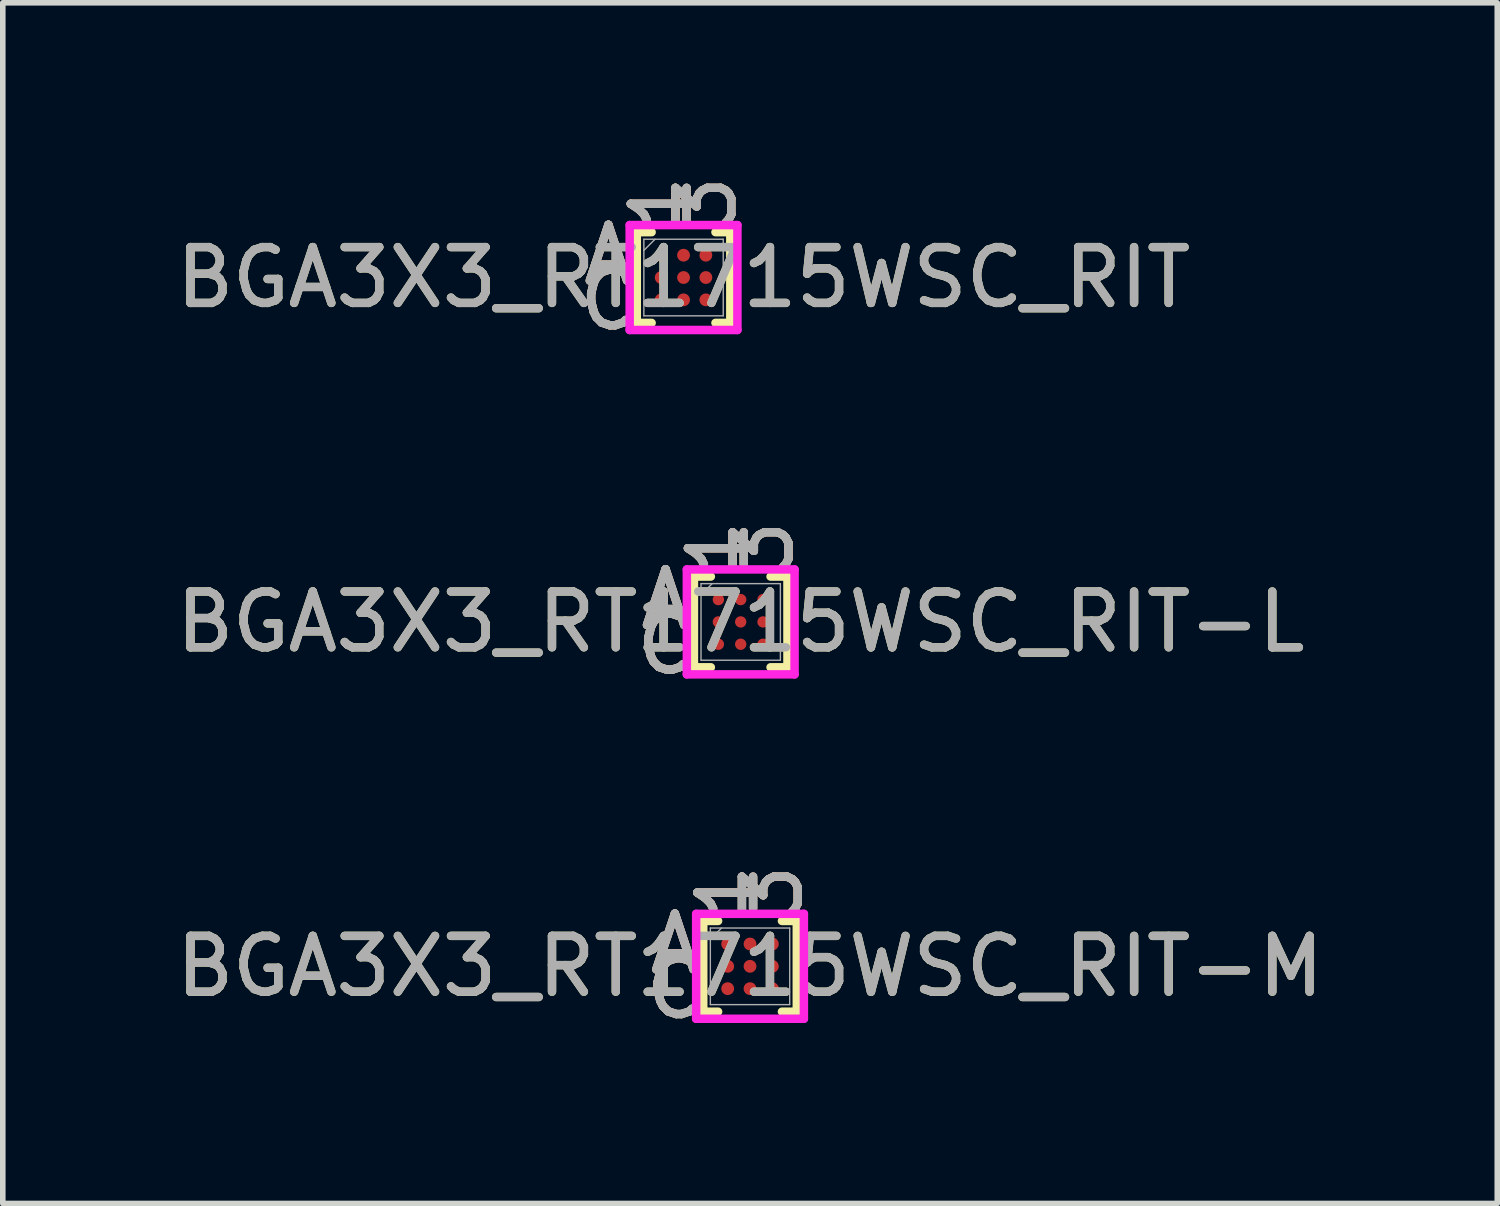
<source format=kicad_pcb>
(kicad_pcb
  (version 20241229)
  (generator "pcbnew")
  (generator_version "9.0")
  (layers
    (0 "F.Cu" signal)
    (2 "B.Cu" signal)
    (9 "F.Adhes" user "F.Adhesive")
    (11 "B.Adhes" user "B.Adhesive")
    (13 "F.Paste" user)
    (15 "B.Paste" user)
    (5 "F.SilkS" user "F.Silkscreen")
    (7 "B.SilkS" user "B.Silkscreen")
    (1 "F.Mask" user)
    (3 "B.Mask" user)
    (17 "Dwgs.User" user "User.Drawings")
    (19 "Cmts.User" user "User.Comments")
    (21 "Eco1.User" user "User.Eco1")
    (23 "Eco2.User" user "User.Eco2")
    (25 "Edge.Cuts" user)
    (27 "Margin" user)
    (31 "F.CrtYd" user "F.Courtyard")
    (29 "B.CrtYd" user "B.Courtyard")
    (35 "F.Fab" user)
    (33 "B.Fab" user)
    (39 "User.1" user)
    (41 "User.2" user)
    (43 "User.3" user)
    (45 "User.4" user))
  (footprint "BGA3X3_RT1715WSC_RIT-L"
    (layer "F.Cu")
    (at 10.22 8.092)
    (property "Reference" "BGA3X3_RT1715WSC_RIT-L" (at 0 0 0) (unlocked yes) (layer "F.SilkS") (effects (font (size 1 1) (thickness 0.15))))
    (attr smd)
    (fp_line (start -0.838 -0.813) (end -0.838 0.813) (stroke (width 0.152) (type solid)) (layer "F.SilkS"))
    (fp_line (start -0.838 0.813) (end -0.535 0.813) (stroke (width 0.152) (type solid)) (layer "F.SilkS"))
    (fp_line (start -0.535 -0.813) (end -0.838 -0.813) (stroke (width 0.152) (type solid)) (layer "F.SilkS"))
    (fp_line (start 0.535 0.813) (end 0.838 0.813) (stroke (width 0.152) (type solid)) (layer "F.SilkS"))
    (fp_line (start 0.838 -0.813) (end 0.535 -0.813) (stroke (width 0.152) (type solid)) (layer "F.SilkS"))
    (fp_line (start 0.838 0.813) (end 0.838 -0.813) (stroke (width 0.152) (type solid)) (layer "F.SilkS"))
    (fp_poly (pts (xy -1.044 -1.044) (xy 1.044 -1.044) (xy 1.044 1.044) (xy -1.044 1.044)) (stroke (width 0.1) (type solid)) (fill no) (layer "Eco2.User"))
    (fp_line (start -0.965 -0.94) (end 0.965 -0.94) (stroke (width 0.152) (type solid)) (layer "F.CrtYd"))
    (fp_line (start -0.965 0.94) (end -0.965 -0.94) (stroke (width 0.152) (type solid)) (layer "F.CrtYd"))
    (fp_line (start 0.965 -0.94) (end 0.965 0.94) (stroke (width 0.152) (type solid)) (layer "F.CrtYd"))
    (fp_line (start 0.965 0.94) (end -0.965 0.94) (stroke (width 0.152) (type solid)) (layer "F.CrtYd"))
    (fp_line (start -0.711 -0.686) (end -0.711 0.686) (stroke (width 0.025) (type solid)) (layer "F.Fab"))
    (fp_line (start -0.711 0.686) (end 0.711 0.686) (stroke (width 0.025) (type solid)) (layer "F.Fab"))
    (fp_line (start -0.511 -0.686) (end -0.711 -0.486) (stroke (width 0.025) (type solid)) (layer "F.Fab"))
    (fp_line (start 0.711 -0.686) (end -0.711 -0.686) (stroke (width 0.025) (type solid)) (layer "F.Fab"))
    (fp_line (start 0.711 0.686) (end 0.711 -0.686) (stroke (width 0.025) (type solid)) (layer "F.Fab"))
    (fp_text user "A" (at -1.346 -0.4 0) (unlocked yes) (layer "F.SilkS") (effects (font (size 1 1) (thickness 0.15))))
    (fp_text user "1" (at -0.4 -1.321 90) (unlocked yes) (layer "F.SilkS") (effects (font (size 1 1) (thickness 0.15))))
    (fp_text user "C" (at -1.346 0.4 0) (unlocked yes) (layer "F.SilkS") (effects (font (size 1 1) (thickness 0.15))))
    (fp_text user "3" (at 0.4 -1.321 90) (unlocked yes) (layer "F.SilkS") (effects (font (size 1 1) (thickness 0.15))))
    (fp_text user "A" (at -1.346 -0.4 0) (unlocked yes) (layer "B.SilkS") (effects (font (size 1 1) (thickness 0.15))))
    (fp_text user "3" (at 0.4 -1.321 90) (unlocked yes) (layer "B.SilkS") (effects (font (size 1 1) (thickness 0.15))))
    (fp_text user "C" (at -1.346 0.4 0) (unlocked yes) (layer "B.SilkS") (effects (font (size 1 1) (thickness 0.15))))
    (fp_text user "1" (at -0.4 -1.321 90) (unlocked yes) (layer "B.SilkS") (effects (font (size 1 1) (thickness 0.15))))
    (fp_text user "3" (at 0.4 -1.321 90) (unlocked yes) (layer "F.Fab") (effects (font (size 1 1) (thickness 0.15))))
    (fp_text user "1" (at -0.4 -1.321 90) (unlocked yes) (layer "F.Fab") (effects (font (size 1 1) (thickness 0.15))))
    (fp_text user "A" (at -1.346 -0.4 0) (unlocked yes) (layer "F.Fab") (effects (font (size 1 1) (thickness 0.15))))
    (fp_text user "${REFERENCE}" (at 0 0 0) (unlocked yes) (layer "F.Fab") (effects (font (size 1 1) (thickness 0.15))))
    (fp_text user "C" (at -1.346 0.4 0) (unlocked yes) (layer "F.Fab") (effects (font (size 1 1) (thickness 0.15))))
    (pad "A1" smd circle (at -0.4 -0.4) (size 0.203 0.203) (layers "F.Cu" "F.Mask" "F.Paste"))
    (pad "A2" smd circle (at 0 -0.4) (size 0.203 0.203) (layers "F.Cu" "F.Mask" "F.Paste"))
    (pad "A3" smd circle (at 0.4 -0.4) (size 0.203 0.203) (layers "F.Cu" "F.Mask" "F.Paste"))
    (pad "B1" smd circle (at -0.4 0) (size 0.203 0.203) (layers "F.Cu" "F.Mask" "F.Paste"))
    (pad "B2" smd circle (at 0 0) (size 0.203 0.203) (layers "F.Cu" "F.Mask" "F.Paste"))
    (pad "B3" smd circle (at 0.4 0) (size 0.203 0.203) (layers "F.Cu" "F.Mask" "F.Paste"))
    (pad "C1" smd circle (at -0.4 0.4) (size 0.203 0.203) (layers "F.Cu" "F.Mask" "F.Paste"))
    (pad "C2" smd circle (at 0 0.4) (size 0.203 0.203) (layers "F.Cu" "F.Mask" "F.Paste"))
    (pad "C3" smd circle (at 0.4 0.4) (size 0.203 0.203) (layers "F.Cu" "F.Mask" "F.Paste")))
  (footprint "BGA3X3_RT1715WSC_RIT-M"
    (layer "F.Cu")
    (at 10.387 14.262)
    (property "Reference" "BGA3X3_RT1715WSC_RIT-M" (at 0 0 0) (unlocked yes) (layer "F.SilkS") (effects (font (size 1 1) (thickness 0.15))))
    (attr smd)
    (fp_line (start -0.838 -0.813) (end -0.838 0.813) (stroke (width 0.152) (type solid)) (layer "F.SilkS"))
    (fp_line (start -0.838 0.813) (end -0.572 0.813) (stroke (width 0.152) (type solid)) (layer "F.SilkS"))
    (fp_line (start -0.572 -0.813) (end -0.838 -0.813) (stroke (width 0.152) (type solid)) (layer "F.SilkS"))
    (fp_line (start 0.572 0.813) (end 0.838 0.813) (stroke (width 0.152) (type solid)) (layer "F.SilkS"))
    (fp_line (start 0.838 -0.813) (end 0.572 -0.813) (stroke (width 0.152) (type solid)) (layer "F.SilkS"))
    (fp_line (start 0.838 0.813) (end 0.838 -0.813) (stroke (width 0.152) (type solid)) (layer "F.SilkS"))
    (fp_poly (pts (xy -1.044 -1.044) (xy 1.044 -1.044) (xy 1.044 1.044) (xy -1.044 1.044)) (stroke (width 0.1) (type solid)) (fill no) (layer "Eco2.User"))
    (fp_line (start -0.965 -0.94) (end 0.965 -0.94) (stroke (width 0.152) (type solid)) (layer "F.CrtYd"))
    (fp_line (start -0.965 0.94) (end -0.965 -0.94) (stroke (width 0.152) (type solid)) (layer "F.CrtYd"))
    (fp_line (start 0.965 -0.94) (end 0.965 0.94) (stroke (width 0.152) (type solid)) (layer "F.CrtYd"))
    (fp_line (start 0.965 0.94) (end -0.965 0.94) (stroke (width 0.152) (type solid)) (layer "F.CrtYd"))
    (fp_line (start -0.711 -0.686) (end -0.711 0.686) (stroke (width 0.025) (type solid)) (layer "F.Fab"))
    (fp_line (start -0.711 0.686) (end 0.711 0.686) (stroke (width 0.025) (type solid)) (layer "F.Fab"))
    (fp_line (start -0.511 -0.686) (end -0.711 -0.486) (stroke (width 0.025) (type solid)) (layer "F.Fab"))
    (fp_line (start 0.711 -0.686) (end -0.711 -0.686) (stroke (width 0.025) (type solid)) (layer "F.Fab"))
    (fp_line (start 0.711 0.686) (end 0.711 -0.686) (stroke (width 0.025) (type solid)) (layer "F.Fab"))
    (fp_text user "1" (at -0.4 -1.321 90) (unlocked yes) (layer "F.SilkS") (effects (font (size 1 1) (thickness 0.15))))
    (fp_text user "3" (at 0.4 -1.321 90) (unlocked yes) (layer "F.SilkS") (effects (font (size 1 1) (thickness 0.15))))
    (fp_text user "A" (at -1.346 -0.4 0) (unlocked yes) (layer "F.SilkS") (effects (font (size 1 1) (thickness 0.15))))
    (fp_text user "C" (at -1.346 0.4 0) (unlocked yes) (layer "F.SilkS") (effects (font (size 1 1) (thickness 0.15))))
    (fp_text user "3" (at 0.4 -1.321 90) (unlocked yes) (layer "B.SilkS") (effects (font (size 1 1) (thickness 0.15))))
    (fp_text user "A" (at -1.346 -0.4 0) (unlocked yes) (layer "B.SilkS") (effects (font (size 1 1) (thickness 0.15))))
    (fp_text user "1" (at -0.4 -1.321 90) (unlocked yes) (layer "B.SilkS") (effects (font (size 1 1) (thickness 0.15))))
    (fp_text user "C" (at -1.346 0.4 0) (unlocked yes) (layer "B.SilkS") (effects (font (size 1 1) (thickness 0.15))))
    (fp_text user "C" (at -1.346 0.4 0) (unlocked yes) (layer "F.Fab") (effects (font (size 1 1) (thickness 0.15))))
    (fp_text user "3" (at 0.4 -1.321 90) (unlocked yes) (layer "F.Fab") (effects (font (size 1 1) (thickness 0.15))))
    (fp_text user "A" (at -1.346 -0.4 0) (unlocked yes) (layer "F.Fab") (effects (font (size 1 1) (thickness 0.15))))
    (fp_text user "1" (at -0.4 -1.321 90) (unlocked yes) (layer "F.Fab") (effects (font (size 1 1) (thickness 0.15))))
    (fp_text user "${REFERENCE}" (at 0 0 0) (unlocked yes) (layer "F.Fab") (effects (font (size 1 1) (thickness 0.15))))
    (pad "A1" smd circle (at -0.4 -0.4) (size 0.229 0.229) (layers "F.Cu" "F.Mask" "F.Paste"))
    (pad "A2" smd circle (at 0 -0.4) (size 0.229 0.229) (layers "F.Cu" "F.Mask" "F.Paste"))
    (pad "A3" smd circle (at 0.4 -0.4) (size 0.229 0.229) (layers "F.Cu" "F.Mask" "F.Paste"))
    (pad "B1" smd circle (at -0.4 0) (size 0.229 0.229) (layers "F.Cu" "F.Mask" "F.Paste"))
    (pad "B2" smd circle (at 0 0) (size 0.229 0.229) (layers "F.Cu" "F.Mask" "F.Paste"))
    (pad "B3" smd circle (at 0.4 0) (size 0.229 0.229) (layers "F.Cu" "F.Mask" "F.Paste"))
    (pad "C1" smd circle (at -0.4 0.4) (size 0.229 0.229) (layers "F.Cu" "F.Mask" "F.Paste"))
    (pad "C2" smd circle (at 0 0.4) (size 0.229 0.229) (layers "F.Cu" "F.Mask" "F.Paste"))
    (pad "C3" smd circle (at 0.4 0.4) (size 0.229 0.229) (layers "F.Cu" "F.Mask" "F.Paste")))
  (footprint "BGA3X3_RT1715WSC_RIT"
    (layer "F.Cu")
    (at 9.196 1.922)
    (property "Reference" "BGA3X3_RT1715WSC_RIT" (at 0 0 0) (unlocked yes) (layer "F.SilkS") (effects (font (size 1 1) (thickness 0.15))))
    (attr smd)
    (fp_line (start -0.838 -0.813) (end -0.838 0.813) (stroke (width 0.152) (type solid)) (layer "F.SilkS"))
    (fp_line (start -0.838 0.813) (end -0.572 0.813) (stroke (width 0.152) (type solid)) (layer "F.SilkS"))
    (fp_line (start -0.572 -0.813) (end -0.838 -0.813) (stroke (width 0.152) (type solid)) (layer "F.SilkS"))
    (fp_line (start 0.572 0.813) (end 0.838 0.813) (stroke (width 0.152) (type solid)) (layer "F.SilkS"))
    (fp_line (start 0.838 -0.813) (end 0.572 -0.813) (stroke (width 0.152) (type solid)) (layer "F.SilkS"))
    (fp_line (start 0.838 0.813) (end 0.838 -0.813) (stroke (width 0.152) (type solid)) (layer "F.SilkS"))
    (fp_poly (pts (xy -1.044 -1.044) (xy 1.044 -1.044) (xy 1.044 1.044) (xy -1.044 1.044)) (stroke (width 0.1) (type solid)) (fill no) (layer "Eco2.User"))
    (fp_line (start -0.965 -0.94) (end 0.965 -0.94) (stroke (width 0.152) (type solid)) (layer "F.CrtYd"))
    (fp_line (start -0.965 0.94) (end -0.965 -0.94) (stroke (width 0.152) (type solid)) (layer "F.CrtYd"))
    (fp_line (start 0.965 -0.94) (end 0.965 0.94) (stroke (width 0.152) (type solid)) (layer "F.CrtYd"))
    (fp_line (start 0.965 0.94) (end -0.965 0.94) (stroke (width 0.152) (type solid)) (layer "F.CrtYd"))
    (fp_line (start -0.711 -0.686) (end -0.711 0.686) (stroke (width 0.025) (type solid)) (layer "F.Fab"))
    (fp_line (start -0.711 0.686) (end 0.711 0.686) (stroke (width 0.025) (type solid)) (layer "F.Fab"))
    (fp_line (start -0.511 -0.686) (end -0.711 -0.486) (stroke (width 0.025) (type solid)) (layer "F.Fab"))
    (fp_line (start 0.711 -0.686) (end -0.711 -0.686) (stroke (width 0.025) (type solid)) (layer "F.Fab"))
    (fp_line (start 0.711 0.686) (end 0.711 -0.686) (stroke (width 0.025) (type solid)) (layer "F.Fab"))
    (fp_text user "3" (at 0.4 -1.321 90) (unlocked yes) (layer "F.SilkS") (effects (font (size 1 1) (thickness 0.15))))
    (fp_text user "C" (at -1.346 0.4 0) (unlocked yes) (layer "F.SilkS") (effects (font (size 1 1) (thickness 0.15))))
    (fp_text user "A" (at -1.346 -0.4 0) (unlocked yes) (layer "F.SilkS") (effects (font (size 1 1) (thickness 0.15))))
    (fp_text user "1" (at -0.4 -1.321 90) (unlocked yes) (layer "F.SilkS") (effects (font (size 1 1) (thickness 0.15))))
    (fp_text user "A" (at -1.346 -0.4 0) (unlocked yes) (layer "B.SilkS") (effects (font (size 1 1) (thickness 0.15))))
    (fp_text user "C" (at -1.346 0.4 0) (unlocked yes) (layer "B.SilkS") (effects (font (size 1 1) (thickness 0.15))))
    (fp_text user "1" (at -0.4 -1.321 90) (unlocked yes) (layer "B.SilkS") (effects (font (size 1 1) (thickness 0.15))))
    (fp_text user "3" (at 0.4 -1.321 90) (unlocked yes) (layer "B.SilkS") (effects (font (size 1 1) (thickness 0.15))))
    (fp_text user "3" (at 0.4 -1.321 90) (unlocked yes) (layer "F.Fab") (effects (font (size 1 1) (thickness 0.15))))
    (fp_text user "C" (at -1.346 0.4 0) (unlocked yes) (layer "F.Fab") (effects (font (size 1 1) (thickness 0.15))))
    (fp_text user "${REFERENCE}" (at 0 0 0) (unlocked yes) (layer "F.Fab") (effects (font (size 1 1) (thickness 0.15))))
    (fp_text user "1" (at -0.4 -1.321 90) (unlocked yes) (layer "F.Fab") (effects (font (size 1 1) (thickness 0.15))))
    (fp_text user "A" (at -1.346 -0.4 0) (unlocked yes) (layer "F.Fab") (effects (font (size 1 1) (thickness 0.15))))
    (pad "A1" smd circle (at -0.4 -0.4) (size 0.229 0.229) (layers "F.Cu" "F.Mask" "F.Paste"))
    (pad "A2" smd circle (at 0 -0.4) (size 0.229 0.229) (layers "F.Cu" "F.Mask" "F.Paste"))
    (pad "A3" smd circle (at 0.4 -0.4) (size 0.229 0.229) (layers "F.Cu" "F.Mask" "F.Paste"))
    (pad "B1" smd circle (at -0.4 0) (size 0.229 0.229) (layers "F.Cu" "F.Mask" "F.Paste"))
    (pad "B2" smd circle (at 0 0) (size 0.229 0.229) (layers "F.Cu" "F.Mask" "F.Paste"))
    (pad "B3" smd circle (at 0.4 0) (size 0.229 0.229) (layers "F.Cu" "F.Mask" "F.Paste"))
    (pad "C1" smd circle (at -0.4 0.4) (size 0.229 0.229) (layers "F.Cu" "F.Mask" "F.Paste"))
    (pad "C2" smd circle (at 0 0.4) (size 0.229 0.229) (layers "F.Cu" "F.Mask" "F.Paste"))
    (pad "C3" smd circle (at 0.4 0.4) (size 0.229 0.229) (layers "F.Cu" "F.Mask" "F.Paste")))
  (gr_rect
    (start -3 -3)
    (end 23.774 18.511)
    (stroke (width 0.1) (type default))
    (fill no)
    (layer "Edge.Cuts")))
</source>
